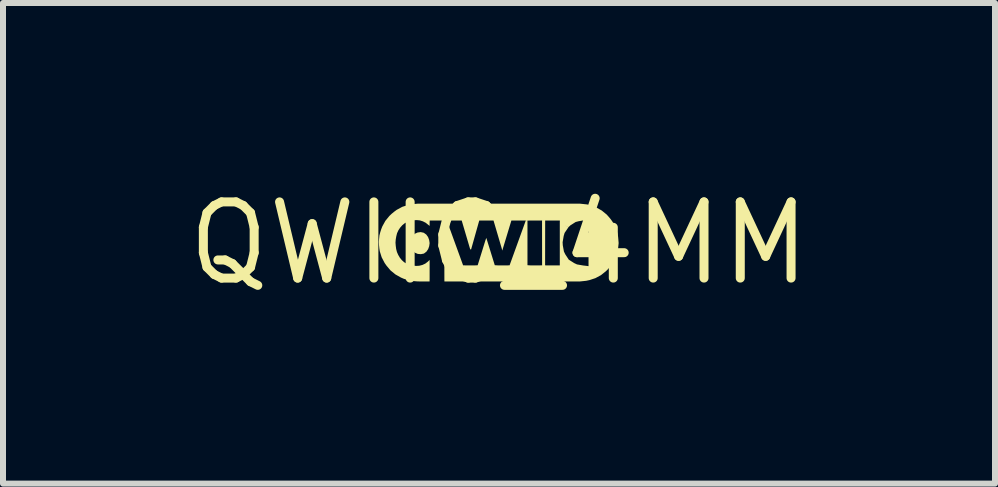
<source format=kicad_pcb>
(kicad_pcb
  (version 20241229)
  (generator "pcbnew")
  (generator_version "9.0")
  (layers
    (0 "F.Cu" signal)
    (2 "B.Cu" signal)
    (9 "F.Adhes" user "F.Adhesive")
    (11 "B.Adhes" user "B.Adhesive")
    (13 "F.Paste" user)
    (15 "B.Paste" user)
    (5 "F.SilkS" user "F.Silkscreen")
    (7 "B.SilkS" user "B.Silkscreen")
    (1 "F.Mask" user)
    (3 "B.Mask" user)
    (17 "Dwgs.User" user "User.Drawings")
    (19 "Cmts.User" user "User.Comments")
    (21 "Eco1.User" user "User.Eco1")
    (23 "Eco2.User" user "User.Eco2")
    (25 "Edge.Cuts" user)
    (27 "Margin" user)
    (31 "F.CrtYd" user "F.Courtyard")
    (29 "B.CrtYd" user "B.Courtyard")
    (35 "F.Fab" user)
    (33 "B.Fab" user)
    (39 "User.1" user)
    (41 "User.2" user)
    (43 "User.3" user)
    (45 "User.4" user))
  (footprint "QWIIC_4MM"
    (layer "F.Cu")
    (at 5.269 1.006)
    (property "Reference" "QWIIC_4MM" (at 0 0 0) (layer "F.SilkS") (effects (font (size 1.27 1.27) (thickness 0.15))))
    (attr through_hole)
    (fp_poly (pts (xy -1.467 -0.078) (xy -1.475 -0.026) (xy -1.474 0.025) (xy -1.465 0.077) (xy -1.44 0.122) (xy -1.401 0.157) (xy -1.354 0.177) (xy -1.303 0.181) (xy -1.252 0.171) (xy -1.21 0.139) (xy -1.181 0.096) (xy -1.164 0.047) (xy -1.157 -0.004) (xy -1.165 -0.056) (xy -1.183 -0.104) (xy -1.213 -0.146) (xy -1.255 -0.176) (xy -1.306 -0.187) (xy -1.358 -0.18) (xy -1.404 -0.159) (xy -1.441 -0.124)) (stroke (width 0) (type solid)) (fill yes) (layer "F.SilkS"))
    (fp_poly (pts (xy 1.346 -0.661) (xy -1.355 -0.661) (xy -1.461 -0.65) (xy -1.513 -0.64) (xy -1.613 -0.608) (xy -1.707 -0.557) (xy -1.749 -0.526) (xy -1.79 -0.492) (xy -1.828 -0.456) (xy -1.895 -0.374) (xy -1.946 -0.281) (xy -1.965 -0.232) (xy -1.981 -0.181) (xy -1.994 -0.13) (xy -2.004 -0.024) (xy -2.001 0.028) (xy -1.996 0.081) (xy -1.988 0.133) (xy -1.956 0.234) (xy -1.907 0.328) (xy -1.877 0.371) (xy -1.809 0.452) (xy -1.727 0.519) (xy -1.635 0.571) (xy -1.586 0.592) (xy -1.485 0.623) (xy -1.38 0.634) (xy -1.327 0.636) (xy -1.158 0.636) (xy -1.157 0.594) (xy -1.157 0.277) (xy -1.188 0.307) (xy -1.23 0.339) (xy -1.278 0.361) (xy -1.33 0.374) (xy -1.382 0.377) (xy -1.435 0.372) (xy -1.486 0.36) (xy -1.536 0.342) (xy -1.582 0.315) (xy -1.621 0.28) (xy -1.654 0.239) (xy -1.681 0.193) (xy -1.702 0.145) (xy -1.715 0.094) (xy -1.722 0.041) (xy -1.726 -0.012) (xy -1.722 -0.064) (xy -1.713 -0.116) (xy -1.7 -0.168) (xy -1.678 -0.216) (xy -1.649 -0.26) (xy -1.614 -0.3) (xy -1.574 -0.333) (xy -1.527 -0.359) (xy -1.477 -0.375) (xy -1.425 -0.384) (xy -1.372 -0.387) (xy -1.32 -0.382) (xy -1.269 -0.366) (xy -1.222 -0.342) (xy -1.181 -0.309) (xy -1.157 -0.29) (xy -1.157 -0.351) (xy -1.155 -0.38) (xy -0.913 -0.38) (xy -0.913 -0.349) (xy -0.859 -0.352) (xy -0.869 -0.38) (xy -0.622 -0.38) (xy -0.615 -0.355) (xy -0.48 0.102) (xy -0.465 0.1) (xy -0.33 -0.379) (xy -0.295 -0.38) (xy -0.137 -0.38) (xy -0.092 -0.38) (xy 0.045 0.085) (xy 0.054 0.121) (xy 0.194 -0.341) (xy 0.206 -0.38) (xy 0.418 -0.38) (xy 0.486 -0.378) (xy 0.524 -0.38) (xy 0.719 -0.38) (xy 0.717 -0.368) (xy 0.769 -0.359) (xy 0.769 -0.38) (xy 1.014 -0.38) (xy 1.013 -0.343) (xy 1.159 -0.27) (xy 1.188 -0.298) (xy 1.277 -0.355) (xy 1.327 -0.368) (xy 1.432 -0.386) (xy 1.492 -0.386) (xy 1.492 -0.34) (xy 1.492 -0.181) (xy 1.452 -0.184) (xy 1.4 -0.173) (xy 1.357 -0.143) (xy 1.327 -0.1) (xy 1.311 -0.051) (xy 1.305 0.002) (xy 1.313 0.054) (xy 1.332 0.103) (xy 1.365 0.143) (xy 1.41 0.168) (xy 1.462 0.177) (xy 1.492 0.182) (xy 1.492 0.381) (xy 1.457 0.376) (xy 1.404 0.37) (xy 1.3 0.352) (xy 1.253 0.33) (xy 1.163 0.273) (xy 1.105 0.185) (xy 1.082 0.138) (xy 1.063 0.034) (xy 1.06 -0.018) (xy 1.078 -0.123) (xy 1.093 -0.173) (xy 1.158 -0.269) (xy 1.013 -0.345) (xy 1.013 0.368) (xy 1.001 0.368) (xy 0.789 0.368) (xy 0.768 0.367) (xy 0.769 -0.36) (xy 0.717 -0.368) (xy 0.718 0.367) (xy 0.682 0.368) (xy 0.524 0.368) (xy 0.474 0.365) (xy 0.474 -0.377) (xy 0.445 -0.377) (xy 0.433 -0.344) (xy 0.176 0.367) (xy 0.139 0.368) (xy -0.02 0.368) (xy -0.071 0.365) (xy -0.212 -0.09) (xy -0.228 -0.046) (xy -0.356 0.366) (xy -0.399 0.368) (xy -0.558 0.368) (xy -0.599 0.367) (xy -0.86 -0.352) (xy -0.913 -0.349) (xy -0.911 0.617) (xy -0.91 0.636) (xy 1.348 0.636) (xy 1.453 0.625) (xy 1.505 0.614) (xy 1.606 0.581) (xy 1.699 0.531) (xy 1.782 0.465) (xy 1.819 0.428) (xy 1.886 0.346) (xy 1.937 0.253) (xy 1.955 0.203) (xy 1.971 0.153) (xy 1.983 0.102) (xy 1.994 -0.004) (xy 1.985 -0.109) (xy 1.976 -0.161) (xy 1.944 -0.262) (xy 1.894 -0.356) (xy 1.864 -0.399) (xy 1.83 -0.44) (xy 1.795 -0.479) (xy 1.713 -0.546) (xy 1.621 -0.598) (xy 1.572 -0.618) (xy 1.47 -0.648) (xy 1.365 -0.659)) (stroke (width 0) (type solid)) (fill yes) (layer "F.SilkS")))
  (gr_rect
    (start -3 -3)
    (end 13.537 5.012)
    (stroke (width 0.1) (type default))
    (fill no)
    (layer "Edge.Cuts")))
</source>
